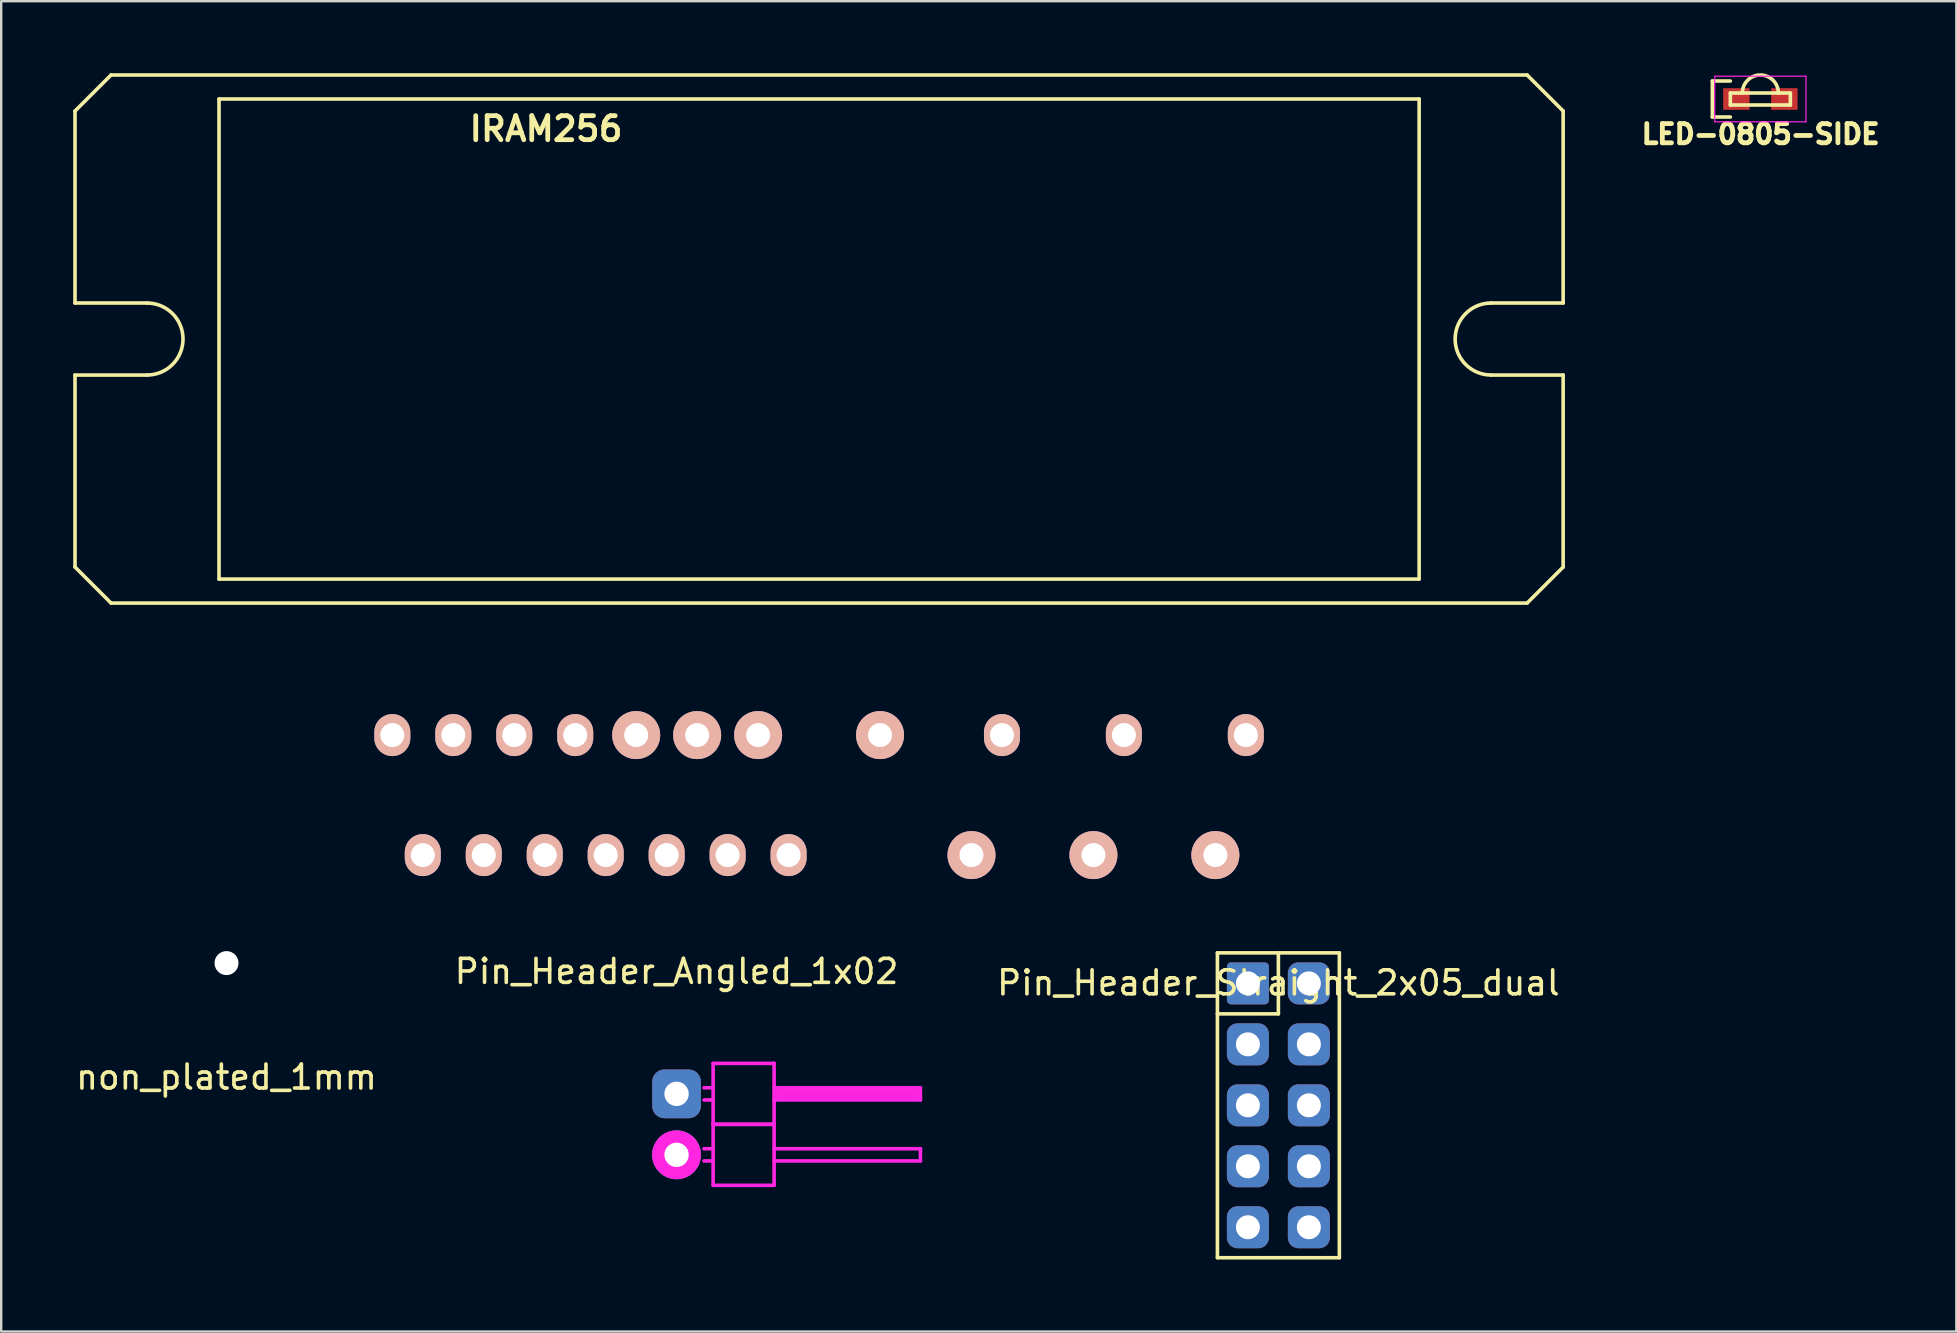
<source format=kicad_pcb>
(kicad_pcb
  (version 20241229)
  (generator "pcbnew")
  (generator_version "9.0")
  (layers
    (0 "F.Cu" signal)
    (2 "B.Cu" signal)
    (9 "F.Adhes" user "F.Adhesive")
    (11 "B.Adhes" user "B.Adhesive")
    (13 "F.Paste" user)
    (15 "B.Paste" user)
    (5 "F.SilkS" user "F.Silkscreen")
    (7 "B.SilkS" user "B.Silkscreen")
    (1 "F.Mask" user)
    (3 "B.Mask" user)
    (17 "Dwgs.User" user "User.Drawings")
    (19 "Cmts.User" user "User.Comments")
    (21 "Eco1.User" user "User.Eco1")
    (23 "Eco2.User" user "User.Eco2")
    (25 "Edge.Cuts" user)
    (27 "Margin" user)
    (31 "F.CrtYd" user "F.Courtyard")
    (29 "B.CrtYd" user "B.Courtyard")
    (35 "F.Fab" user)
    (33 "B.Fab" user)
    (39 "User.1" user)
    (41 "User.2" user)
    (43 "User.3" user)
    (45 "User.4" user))
  (footprint "Pin_Header_Straight_2x05_dual"
    (layer "F.Cu")
    (at 50.211 43)
    (property "Reference" "Pin_Header_Straight_2x05_dual" (at 0 -5.1 0) (layer "F.SilkS") (effects (font (size 1 1) (thickness 0.15))))
    (attr through_hole)
    (fp_line (start -2.54 -6.35) (end 2.54 -6.35) (stroke (width 0.15) (type solid)) (layer "F.SilkS"))
    (fp_line (start -2.54 6.35) (end -2.54 -6.35) (stroke (width 0.15) (type solid)) (layer "F.SilkS"))
    (fp_line (start 0 -6.35) (end 0 -3.81) (stroke (width 0.15) (type solid)) (layer "F.SilkS"))
    (fp_line (start 0 -3.81) (end -2.54 -3.81) (stroke (width 0.15) (type solid)) (layer "F.SilkS"))
    (fp_line (start 2.54 -6.35) (end 2.54 6.35) (stroke (width 0.15) (type solid)) (layer "F.SilkS"))
    (fp_line (start 2.54 6.35) (end -2.54 6.35) (stroke (width 0.15) (type solid)) (layer "F.SilkS"))
    (pad "1" thru_hole circle (at -1.27 -5.08) (size 1.3 1.3) (drill 1) (layers "*.Cu" "*.Mask"))
    (pad "1" smd roundrect (at -1.27 -5.08) (size 1.75 1.75) (layers "F.Cu" "F.Mask") (roundrect_rratio 0.1))
    (pad "1" smd roundrect (at -1.27 -5.08) (size 1.75 1.75) (layers "B.Cu" "B.Mask") (roundrect_rratio 0.1))
    (pad "2" thru_hole circle (at 1.27 -5.08) (size 1.3 1.3) (drill 1) (layers "*.Cu" "*.Mask"))
    (pad "2" smd roundrect (at 1.27 -5.08) (size 1.75 1.75) (layers "F.Cu" "F.Mask") (roundrect_rratio 0.25))
    (pad "2" smd roundrect (at 1.27 -5.08) (size 1.75 1.75) (layers "B.Cu" "B.Mask") (roundrect_rratio 0.25))
    (pad "3" thru_hole circle (at -1.27 -2.54) (size 1.3 1.3) (drill 1) (layers "*.Cu" "*.Mask"))
    (pad "3" smd roundrect (at -1.27 -2.54) (size 1.75 1.75) (layers "F.Cu" "F.Mask") (roundrect_rratio 0.25))
    (pad "3" smd roundrect (at -1.27 -2.54) (size 1.75 1.75) (layers "B.Cu" "B.Mask") (roundrect_rratio 0.25))
    (pad "4" thru_hole circle (at 1.27 -2.54) (size 1.3 1.3) (drill 1) (layers "*.Cu" "*.Mask"))
    (pad "4" smd roundrect (at 1.27 -2.54) (size 1.75 1.75) (layers "F.Cu" "F.Mask") (roundrect_rratio 0.25))
    (pad "4" smd roundrect (at 1.27 -2.54) (size 1.75 1.75) (layers "B.Cu" "B.Mask") (roundrect_rratio 0.25))
    (pad "5" thru_hole circle (at -1.27 0) (size 1.3 1.3) (drill 1) (layers "*.Cu" "*.Mask"))
    (pad "5" smd roundrect (at -1.27 0) (size 1.75 1.75) (layers "F.Cu" "F.Mask") (roundrect_rratio 0.25))
    (pad "5" smd roundrect (at -1.27 0) (size 1.75 1.75) (layers "B.Cu" "B.Mask") (roundrect_rratio 0.25))
    (pad "6" thru_hole circle (at 1.27 0) (size 1.3 1.3) (drill 1) (layers "*.Cu" "*.Mask"))
    (pad "6" smd roundrect (at 1.27 0) (size 1.75 1.75) (layers "F.Cu" "F.Mask") (roundrect_rratio 0.25))
    (pad "6" smd roundrect (at 1.27 0) (size 1.75 1.75) (layers "B.Cu" "B.Mask") (roundrect_rratio 0.25))
    (pad "7" thru_hole circle (at -1.27 2.54) (size 1.3 1.3) (drill 1) (layers "*.Cu" "*.Mask"))
    (pad "7" smd roundrect (at -1.27 2.54) (size 1.75 1.75) (layers "F.Cu" "F.Mask") (roundrect_rratio 0.25))
    (pad "7" smd roundrect (at -1.27 2.54) (size 1.75 1.75) (layers "B.Cu" "B.Mask") (roundrect_rratio 0.25))
    (pad "8" thru_hole circle (at 1.27 2.54) (size 1.3 1.3) (drill 1) (layers "*.Cu" "*.Mask"))
    (pad "8" smd roundrect (at 1.27 2.54) (size 1.75 1.75) (layers "F.Cu" "F.Mask") (roundrect_rratio 0.25))
    (pad "8" smd roundrect (at 1.27 2.54) (size 1.75 1.75) (layers "B.Cu" "B.Mask") (roundrect_rratio 0.25))
    (pad "9" thru_hole circle (at -1.27 5.08) (size 1.3 1.3) (drill 1) (layers "*.Cu" "*.Mask"))
    (pad "9" smd roundrect (at -1.27 5.08) (size 1.75 1.75) (layers "F.Cu" "F.Mask") (roundrect_rratio 0.25))
    (pad "9" smd roundrect (at -1.27 5.08) (size 1.75 1.75) (layers "B.Cu" "B.Mask") (roundrect_rratio 0.25))
    (pad "10" thru_hole circle (at 1.27 5.08) (size 1.3 1.3) (drill 1) (layers "*.Cu" "*.Mask"))
    (pad "10" smd roundrect (at 1.27 5.08) (size 1.75 1.75) (layers "F.Cu" "F.Mask") (roundrect_rratio 0.25))
    (pad "10" smd roundrect (at 1.27 5.08) (size 1.75 1.75) (layers "B.Cu" "B.Mask") (roundrect_rratio 0.25)))
  (footprint "Pin_Header_Angled_1x02"
    (layer "F.Cu")
    (at 25.137 42.523)
    (property "Reference" "Pin_Header_Angled_1x02" (at 0 -5.1 0) (layer "F.SilkS") (effects (font (size 1 1) (thickness 0.15))))
    (attr through_hole)
    (fp_line (start 1.524 -1.27) (end 1.524 1.27) (stroke (width 0.15) (type solid)) (layer "F.CrtYd"))
    (fp_line (start 1.524 -1.27) (end 4.064 -1.27) (stroke (width 0.15) (type solid)) (layer "F.CrtYd"))
    (fp_line (start 1.524 -0.254) (end 1.143 -0.254) (stroke (width 0.15) (type solid)) (layer "F.CrtYd"))
    (fp_line (start 1.524 0.254) (end 1.143 0.254) (stroke (width 0.15) (type solid)) (layer "F.CrtYd"))
    (fp_line (start 1.524 1.27) (end 1.524 3.81) (stroke (width 0.15) (type solid)) (layer "F.CrtYd"))
    (fp_line (start 1.524 1.27) (end 4.064 1.27) (stroke (width 0.15) (type solid)) (layer "F.CrtYd"))
    (fp_line (start 1.524 1.27) (end 4.064 1.27) (stroke (width 0.15) (type solid)) (layer "F.CrtYd"))
    (fp_line (start 1.524 2.286) (end 1.143 2.286) (stroke (width 0.15) (type solid)) (layer "F.CrtYd"))
    (fp_line (start 1.524 2.794) (end 1.143 2.794) (stroke (width 0.15) (type solid)) (layer "F.CrtYd"))
    (fp_line (start 1.524 3.81) (end 4.064 3.81) (stroke (width 0.15) (type solid)) (layer "F.CrtYd"))
    (fp_line (start 4.064 -0.254) (end 10.16 -0.254) (stroke (width 0.15) (type solid)) (layer "F.CrtYd"))
    (fp_line (start 4.064 1.27) (end 4.064 -1.27) (stroke (width 0.15) (type solid)) (layer "F.CrtYd"))
    (fp_line (start 4.064 2.286) (end 10.16 2.286) (stroke (width 0.15) (type solid)) (layer "F.CrtYd"))
    (fp_line (start 4.064 3.81) (end 4.064 1.27) (stroke (width 0.15) (type solid)) (layer "F.CrtYd"))
    (fp_line (start 4.191 -0.127) (end 10.033 -0.127) (stroke (width 0.15) (type solid)) (layer "F.CrtYd"))
    (fp_line (start 4.191 0) (end 10.033 0) (stroke (width 0.15) (type solid)) (layer "F.CrtYd"))
    (fp_line (start 4.191 0.127) (end 4.191 0) (stroke (width 0.15) (type solid)) (layer "F.CrtYd"))
    (fp_line (start 10.033 -0.127) (end 10.033 0.127) (stroke (width 0.15) (type solid)) (layer "F.CrtYd"))
    (fp_line (start 10.033 0.127) (end 4.191 0.127) (stroke (width 0.15) (type solid)) (layer "F.CrtYd"))
    (fp_line (start 10.16 -0.254) (end 10.16 0.254) (stroke (width 0.15) (type solid)) (layer "F.CrtYd"))
    (fp_line (start 10.16 0.254) (end 4.064 0.254) (stroke (width 0.15) (type solid)) (layer "F.CrtYd"))
    (fp_line (start 10.16 2.286) (end 10.16 2.794) (stroke (width 0.15) (type solid)) (layer "F.CrtYd"))
    (fp_line (start 10.16 2.794) (end 4.064 2.794) (stroke (width 0.15) (type solid)) (layer "F.CrtYd"))
    (pad "1" thru_hole roundrect (at 0 0) (size 2.032 2.032) (drill 1.016) (layers "*.Cu" "*.Mask") (roundrect_rratio 0.25))
    (pad "2" thru_hole oval (at 0 2.54) (size 2.032 2.032) (drill 1.016) (layers "*.Cu" "*.Mask" "F.CrtYd")))
  (footprint "LED-0805-SIDE"
    (layer "F.Cu")
    (at 70.291 1.075)
    (property "Reference" "LED-0805-SIDE" (at 0.012 1.464 0) (layer "F.SilkS") (effects (font (size 0.8 0.8) (thickness 0.2))))
    (attr smd)
    (fp_line (start -2 0.75) (end -2 -0.75) (stroke (width 0.15) (type solid)) (layer "F.SilkS"))
    (fp_line (start -1.25 -0.75) (end -2 -0.75) (stroke (width 0.15) (type solid)) (layer "F.SilkS"))
    (fp_line (start -1.25 -0.25) (end -1.25 0.25) (stroke (width 0.15) (type solid)) (layer "F.SilkS"))
    (fp_line (start -1.25 0.25) (end 1.25 0.25) (stroke (width 0.15) (type solid)) (layer "F.SilkS"))
    (fp_line (start -1.25 0.75) (end -2 0.75) (stroke (width 0.15) (type solid)) (layer "F.SilkS"))
    (fp_line (start 1.25 -0.25) (end -1.25 -0.25) (stroke (width 0.15) (type solid)) (layer "F.SilkS"))
    (fp_line (start 1.25 0.25) (end 1.25 -0.25) (stroke (width 0.15) (type solid)) (layer "F.SilkS"))
    (fp_arc (start -0.75 -0.25) (mid 0 -1) (end 0.75 -0.25) (stroke (width 0.15) (type solid)) (layer "F.SilkS"))
    (fp_line (start -1.9 -0.95) (end 1.9 -0.95) (stroke (width 0.05) (type solid)) (layer "F.CrtYd"))
    (fp_line (start -1.9 0.95) (end -1.9 -0.95) (stroke (width 0.05) (type solid)) (layer "F.CrtYd"))
    (fp_line (start 1.9 -0.95) (end 1.9 0.95) (stroke (width 0.05) (type solid)) (layer "F.CrtYd"))
    (fp_line (start 1.9 0.95) (end -1.9 0.95) (stroke (width 0.05) (type solid)) (layer "F.CrtYd"))
    (pad "1" smd rect (at -1 0 180) (size 1.1 0.9) (layers "F.Cu" "F.Mask" "F.Paste"))
    (pad "2" smd rect (at 1 0 180) (size 1.1 0.9) (layers "F.Cu" "F.Mask" "F.Paste")))
  (footprint "non_plated_1mm"
    (layer "F.Cu")
    (at 6.387 37.075)
    (property "Reference" "non_plated_1mm" (at 0 4.75 0) (layer "F.SilkS") (effects (font (size 1 1) (thickness 0.15))))
    (attr through_hole)
    (pad "" np_thru_hole circle (at 0 0) (size 1 1) (drill 1) (layers "*.Cu" "*.Mask")))
  (footprint "IRAM256"
    (layer "F.Cu")
    (at 31.075 11.075)
    (property "Reference" "IRAM256" (at -11.376 -8.758 0) (layer "F.SilkS") (effects (font (size 1 1) (thickness 0.2))))
    (attr through_hole)
    (fp_line (start -31 -1.5) (end -31 -9.5) (stroke (width 0.15) (type solid)) (layer "F.SilkS"))
    (fp_line (start -31 1.5) (end -31 9.5) (stroke (width 0.15) (type solid)) (layer "F.SilkS"))
    (fp_line (start -29.5 -11) (end -31 -9.5) (stroke (width 0.15) (type solid)) (layer "F.SilkS"))
    (fp_line (start -29.5 -11) (end 29.5 -11) (stroke (width 0.15) (type solid)) (layer "F.SilkS"))
    (fp_line (start -29.5 11) (end -31 9.5) (stroke (width 0.15) (type solid)) (layer "F.SilkS"))
    (fp_line (start -28 -1.5) (end -31 -1.5) (stroke (width 0.15) (type solid)) (layer "F.SilkS"))
    (fp_line (start -28 1.5) (end -31 1.5) (stroke (width 0.15) (type solid)) (layer "F.SilkS"))
    (fp_line (start -25 -10) (end -25 10) (stroke (width 0.15) (type solid)) (layer "F.SilkS"))
    (fp_line (start -25 10) (end 25 10) (stroke (width 0.15) (type solid)) (layer "F.SilkS"))
    (fp_line (start 25 -10) (end -25 -10) (stroke (width 0.15) (type solid)) (layer "F.SilkS"))
    (fp_line (start 25 10) (end 25 -10) (stroke (width 0.15) (type solid)) (layer "F.SilkS"))
    (fp_line (start 28 -1.5) (end 31 -1.5) (stroke (width 0.15) (type solid)) (layer "F.SilkS"))
    (fp_line (start 28 1.5) (end 31 1.5) (stroke (width 0.15) (type solid)) (layer "F.SilkS"))
    (fp_line (start 29.5 -11) (end 31 -9.5) (stroke (width 0.15) (type solid)) (layer "F.SilkS"))
    (fp_line (start 29.5 11) (end -29.5 11) (stroke (width 0.15) (type solid)) (layer "F.SilkS"))
    (fp_line (start 31 -9.5) (end 31 -1.5) (stroke (width 0.15) (type solid)) (layer "F.SilkS"))
    (fp_line (start 31 1.5) (end 31 9.5) (stroke (width 0.15) (type solid)) (layer "F.SilkS"))
    (fp_line (start 31 9.5) (end 29.5 11) (stroke (width 0.15) (type solid)) (layer "F.SilkS"))
    (fp_arc (start -28 -1.5) (mid -26.5 0) (end -28 1.5) (stroke (width 0.15) (type solid)) (layer "F.SilkS"))
    (fp_arc (start 28 1.5) (mid 26.5 0) (end 28 -1.5) (stroke (width 0.15) (type solid)) (layer "F.SilkS"))
    (pad "1" thru_hole oval (at 17.78 16.5 180) (size 1.5 1.75) (drill 1) (layers "*.Cu" "*.Mask" "B.SilkS"))
    (pad "2" thru_hole oval (at 16.51 21.5 180) (size 2 2) (drill 1) (layers "*.Cu" "*.Mask" "B.SilkS"))
    (pad "5" thru_hole oval (at 12.7 16.5 180) (size 1.5 1.75) (drill 1) (layers "*.Cu" "*.Mask" "B.SilkS"))
    (pad "6" thru_hole oval (at 11.43 21.5 180) (size 2 2) (drill 1) (layers "*.Cu" "*.Mask" "B.SilkS"))
    (pad "9" thru_hole oval (at 7.62 16.5 180) (size 1.5 1.75) (drill 1) (layers "*.Cu" "*.Mask" "B.SilkS"))
    (pad "10" thru_hole oval (at 6.35 21.5 180) (size 2 2) (drill 1) (layers "*.Cu" "*.Mask" "B.SilkS"))
    (pad "13" thru_hole oval (at 2.54 16.5 180) (size 2 2) (drill 1) (layers "*.Cu" "*.Mask" "B.SilkS"))
    (pad "16" thru_hole oval (at -1.27 21.5 180) (size 1.5 1.75) (drill 1) (layers "*.Cu" "*.Mask" "B.SilkS"))
    (pad "17" thru_hole oval (at -2.54 16.5 180) (size 2 2) (drill 1) (layers "*.Cu" "*.Mask" "B.SilkS"))
    (pad "18" thru_hole oval (at -3.81 21.5 180) (size 1.5 1.75) (drill 1) (layers "*.Cu" "*.Mask" "B.SilkS"))
    (pad "19" thru_hole oval (at -5.08 16.5 180) (size 2 2) (drill 1) (layers "*.Cu" "*.Mask" "B.SilkS"))
    (pad "20" thru_hole oval (at -6.35 21.5 180) (size 1.5 1.75) (drill 1) (layers "*.Cu" "*.Mask" "B.SilkS"))
    (pad "21" thru_hole oval (at -7.62 16.5 180) (size 2 2) (drill 1) (layers "*.Cu" "*.Mask" "B.SilkS"))
    (pad "22" thru_hole oval (at -8.89 21.5 180) (size 1.5 1.75) (drill 1) (layers "*.Cu" "*.Mask" "B.SilkS"))
    (pad "23" thru_hole oval (at -10.16 16.5 180) (size 1.5 1.75) (drill 1) (layers "*.Cu" "*.Mask" "B.SilkS"))
    (pad "24" thru_hole oval (at -11.43 21.5 180) (size 1.5 1.75) (drill 1) (layers "*.Cu" "*.Mask" "B.SilkS"))
    (pad "25" thru_hole oval (at -12.7 16.5 180) (size 1.5 1.75) (drill 1) (layers "*.Cu" "*.Mask" "B.SilkS"))
    (pad "26" thru_hole oval (at -13.97 21.5 180) (size 1.5 1.75) (drill 1) (layers "*.Cu" "*.Mask" "B.SilkS"))
    (pad "27" thru_hole oval (at -15.24 16.5 180) (size 1.5 1.75) (drill 1) (layers "*.Cu" "*.Mask" "B.SilkS"))
    (pad "28" thru_hole oval (at -16.51 21.5 180) (size 1.5 1.75) (drill 1) (layers "*.Cu" "*.Mask" "B.SilkS"))
    (pad "29" thru_hole oval (at -17.78 16.5 180) (size 1.5 1.75) (drill 1) (layers "*.Cu" "*.Mask" "B.SilkS")))
  (gr_rect
    (start -3 -3)
    (end 78.457 52.425)
    (stroke (width 0.1) (type default))
    (fill no)
    (layer "Edge.Cuts")))
</source>
